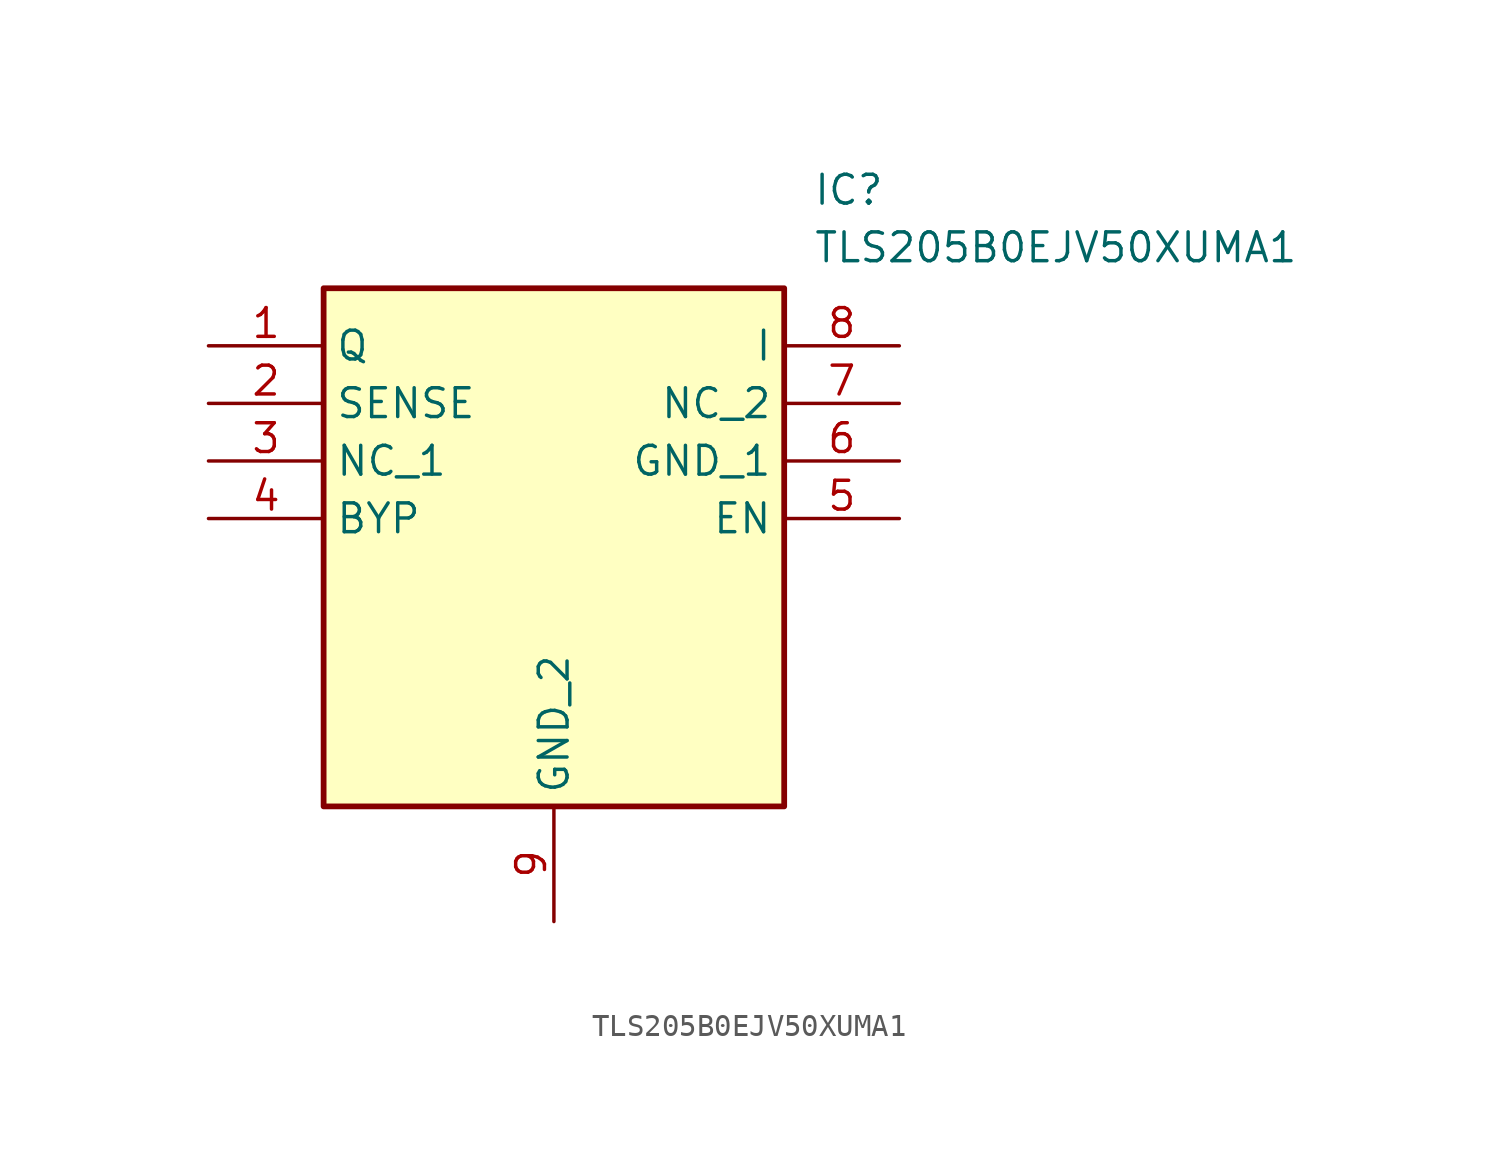
<source format=kicad_sym>
(kicad_symbol_lib
  (version 20211014)
  (generator SamacSys_ECAD_Model)
  (symbol "TLS205B0EJV50XUMA1"
    (property "Reference" "IC"
      (at 26.67 7.62 0)
      (effects (font (size 1.27 1.27)) (justify left top)))
    (property "Value" "TLS205B0EJV50XUMA1"
      (at 26.67 5.08 0)
      (effects (font (size 1.27 1.27)) (justify left top)))
    (rectangle
      (start 5.08 2.54)
      (end 25.4 -20.32)
      (stroke (width 0.254) (type default))
      (fill (type background)))
    (pin passive line
      (at 0 0 0)
      (length 5.08)
      (name "Q" (effects (font (size 1.27 1.27))))
      (number "1" (effects (font (size 1.27 1.27)))))
    (pin passive line
      (at 0 -2.54 0)
      (length 5.08)
      (name "SENSE" (effects (font (size 1.27 1.27))))
      (number "2" (effects (font (size 1.27 1.27)))))
    (pin passive line
      (at 0 -5.08 0)
      (length 5.08)
      (name "NC_1" (effects (font (size 1.27 1.27))))
      (number "3" (effects (font (size 1.27 1.27)))))
    (pin passive line
      (at 0 -7.62 0)
      (length 5.08)
      (name "BYP" (effects (font (size 1.27 1.27))))
      (number "4" (effects (font (size 1.27 1.27)))))
    (pin passive line
      (at 15.24 -25.4 90)
      (length 5.08)
      (name "GND_2" (effects (font (size 1.27 1.27))))
      (number "9" (effects (font (size 1.27 1.27)))))
    (pin passive line
      (at 30.48 0 180)
      (length 5.08)
      (name "I" (effects (font (size 1.27 1.27))))
      (number "8" (effects (font (size 1.27 1.27)))))
    (pin passive line
      (at 30.48 -2.54 180)
      (length 5.08)
      (name "NC_2" (effects (font (size 1.27 1.27))))
      (number "7" (effects (font (size 1.27 1.27)))))
    (pin passive line
      (at 30.48 -5.08 180)
      (length 5.08)
      (name "GND_1" (effects (font (size 1.27 1.27))))
      (number "6" (effects (font (size 1.27 1.27)))))
    (pin passive line
      (at 30.48 -7.62 180)
      (length 5.08)
      (name "EN" (effects (font (size 1.27 1.27))))
      (number "5" (effects (font (size 1.27 1.27)))))))
</source>
